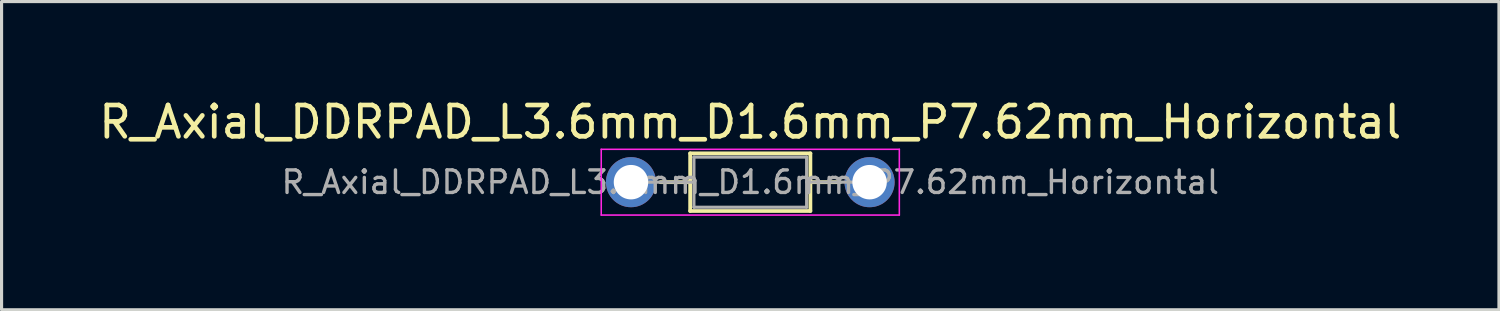
<source format=kicad_pcb>
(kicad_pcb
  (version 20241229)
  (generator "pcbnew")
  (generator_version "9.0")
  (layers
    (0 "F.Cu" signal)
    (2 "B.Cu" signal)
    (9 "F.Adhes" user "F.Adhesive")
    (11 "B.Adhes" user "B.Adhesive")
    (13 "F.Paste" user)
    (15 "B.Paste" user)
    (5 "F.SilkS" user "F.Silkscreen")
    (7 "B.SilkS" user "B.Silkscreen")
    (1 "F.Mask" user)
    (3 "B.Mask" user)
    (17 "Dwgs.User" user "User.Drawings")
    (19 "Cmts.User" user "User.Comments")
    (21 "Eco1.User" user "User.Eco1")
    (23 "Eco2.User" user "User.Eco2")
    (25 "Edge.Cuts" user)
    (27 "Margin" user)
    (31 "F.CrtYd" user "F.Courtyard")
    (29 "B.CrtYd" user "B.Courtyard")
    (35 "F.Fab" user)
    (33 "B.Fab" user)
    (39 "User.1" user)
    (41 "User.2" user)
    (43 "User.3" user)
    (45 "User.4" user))
  (footprint "R_Axial_DDRPAD_L3.6mm_D1.6mm_P7.62mm_Horizontal"
    (layer "F.Cu")
    (at 17.101 2.768)
    (property "Reference" "R_Axial_DDRPAD_L3.6mm_D1.6mm_P7.62mm_Horizontal" (at 3.81 -1.92 0) (layer "F.SilkS") (effects (font (size 1 1) (thickness 0.15))))
    (attr through_hole)
    (fp_line (start 0.94 0) (end 1.89 0) (stroke (width 0.12) (type solid)) (layer "F.SilkS"))
    (fp_line (start 1.89 -0.92) (end 1.89 0.92) (stroke (width 0.12) (type solid)) (layer "F.SilkS"))
    (fp_line (start 1.89 0.92) (end 5.73 0.92) (stroke (width 0.12) (type solid)) (layer "F.SilkS"))
    (fp_line (start 5.73 -0.92) (end 1.89 -0.92) (stroke (width 0.12) (type solid)) (layer "F.SilkS"))
    (fp_line (start 5.73 0.92) (end 5.73 -0.92) (stroke (width 0.12) (type solid)) (layer "F.SilkS"))
    (fp_line (start 6.68 0) (end 5.73 0) (stroke (width 0.12) (type solid)) (layer "F.SilkS"))
    (fp_line (start -0.95 -1.05) (end -0.95 1.05) (stroke (width 0.05) (type solid)) (layer "F.CrtYd"))
    (fp_line (start -0.95 1.05) (end 8.57 1.05) (stroke (width 0.05) (type solid)) (layer "F.CrtYd"))
    (fp_line (start 8.57 -1.05) (end -0.95 -1.05) (stroke (width 0.05) (type solid)) (layer "F.CrtYd"))
    (fp_line (start 8.57 1.05) (end 8.57 -1.05) (stroke (width 0.05) (type solid)) (layer "F.CrtYd"))
    (fp_line (start 0 0) (end 2.01 0) (stroke (width 0.1) (type solid)) (layer "F.Fab"))
    (fp_line (start 2.01 -0.8) (end 2.01 0.8) (stroke (width 0.1) (type solid)) (layer "F.Fab"))
    (fp_line (start 2.01 0.8) (end 5.61 0.8) (stroke (width 0.1) (type solid)) (layer "F.Fab"))
    (fp_line (start 5.61 -0.8) (end 2.01 -0.8) (stroke (width 0.1) (type solid)) (layer "F.Fab"))
    (fp_line (start 5.61 0.8) (end 5.61 -0.8) (stroke (width 0.1) (type solid)) (layer "F.Fab"))
    (fp_line (start 7.62 0) (end 5.61 0) (stroke (width 0.1) (type solid)) (layer "F.Fab"))
    (fp_text user "${REFERENCE}" (at 3.81 0 0) (layer "F.Fab") (effects (font (size 0.72 0.72) (thickness 0.108))))
    (pad "1" thru_hole circle (at 0 0) (size 1.6 1.6) (drill 1.1) (layers "*.Cu" "*.Mask"))
    (pad "2" thru_hole circle (at 7.62 0) (size 1.6 1.6) (drill 1.1) (layers "*.Cu" "*.Mask")))
  (gr_rect
    (start -3 -3)
    (end 44.821 6.843)
    (stroke (width 0.1) (type default))
    (fill no)
    (layer "Edge.Cuts")))
</source>
